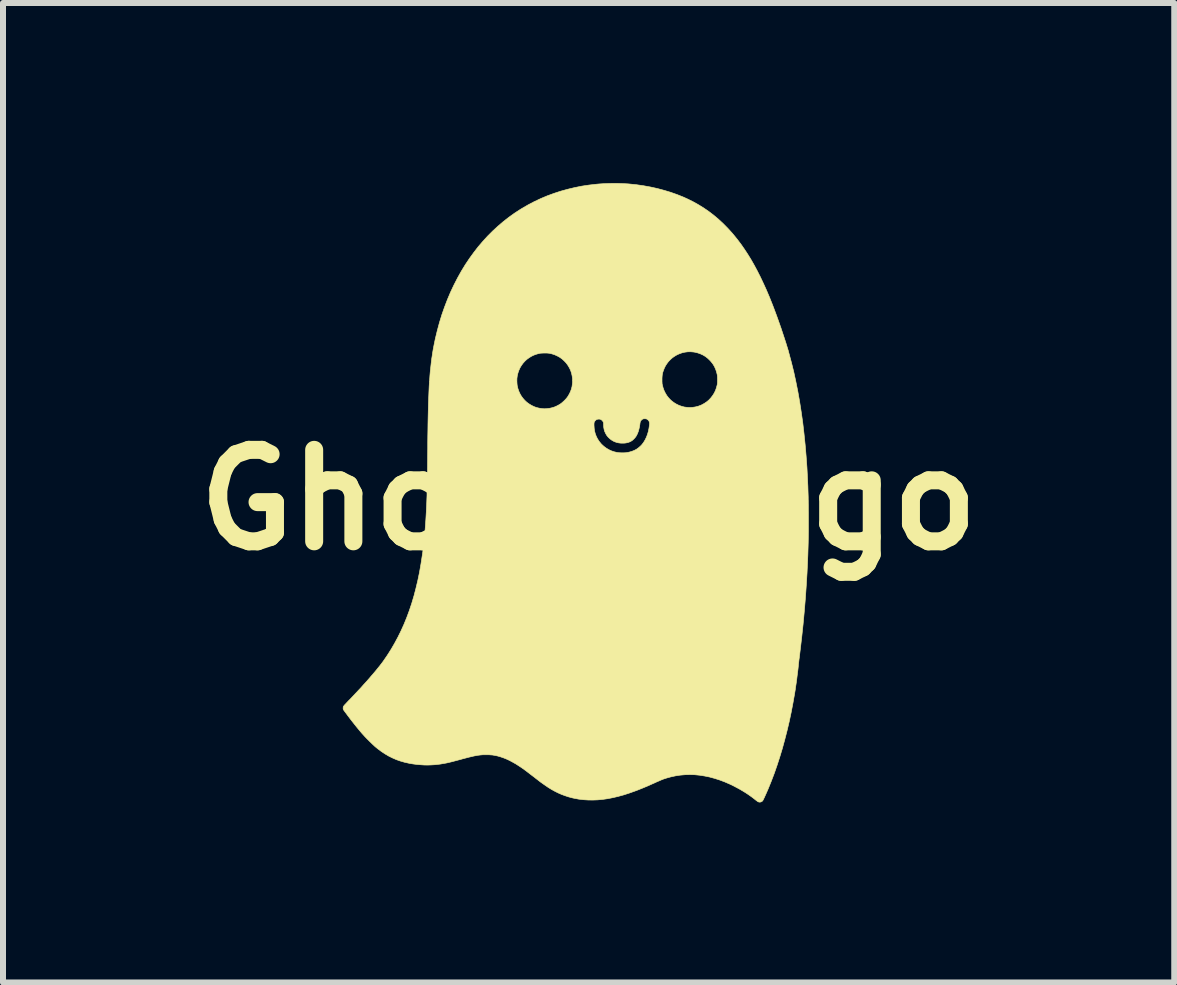
<source format=kicad_pcb>
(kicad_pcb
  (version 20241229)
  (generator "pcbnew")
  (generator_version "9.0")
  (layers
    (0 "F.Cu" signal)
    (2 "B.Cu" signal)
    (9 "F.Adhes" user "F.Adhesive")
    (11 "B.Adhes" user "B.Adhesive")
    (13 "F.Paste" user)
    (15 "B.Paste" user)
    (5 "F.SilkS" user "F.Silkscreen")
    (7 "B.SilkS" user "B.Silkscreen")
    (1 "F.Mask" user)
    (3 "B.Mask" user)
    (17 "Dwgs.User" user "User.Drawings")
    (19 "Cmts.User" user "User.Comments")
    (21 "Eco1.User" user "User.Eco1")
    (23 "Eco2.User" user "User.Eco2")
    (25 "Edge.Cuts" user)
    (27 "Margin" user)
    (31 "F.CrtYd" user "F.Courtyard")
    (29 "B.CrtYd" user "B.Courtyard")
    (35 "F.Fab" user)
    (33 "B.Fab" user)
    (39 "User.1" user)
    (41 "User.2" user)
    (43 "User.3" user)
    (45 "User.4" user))
  (footprint "Ghost Logo"
    (layer "F.Cu")
    (at 6.756 5.279)
    (property "Reference" "Ghost Logo" (at 0 0 0) (layer "F.SilkS") (effects (font (size 1.524 1.524) (thickness 0.3))))
    (attr through_hole)
    (fp_poly (pts (xy 0.496 -5.273) (xy 0.576 -5.27) (xy 0.654 -5.266) (xy 0.677 -5.264) (xy 0.795 -5.252) (xy 0.913 -5.235) (xy 1.029 -5.214) (xy 1.143 -5.189) (xy 1.255 -5.159) (xy 1.365 -5.126) (xy 1.473 -5.088) (xy 1.578 -5.046) (xy 1.642 -5.017) (xy 1.734 -4.972) (xy 1.824 -4.922) (xy 1.912 -4.868) (xy 1.997 -4.81) (xy 2.08 -4.747) (xy 2.161 -4.679) (xy 2.239 -4.607) (xy 2.315 -4.53) (xy 2.389 -4.449) (xy 2.424 -4.407) (xy 2.483 -4.334) (xy 2.541 -4.257) (xy 2.597 -4.176) (xy 2.653 -4.091) (xy 2.707 -4.003) (xy 2.76 -3.91) (xy 2.812 -3.813) (xy 2.863 -3.712) (xy 2.913 -3.606) (xy 2.963 -3.496) (xy 3.012 -3.381) (xy 3.06 -3.261) (xy 3.085 -3.196) (xy 3.109 -3.132) (xy 3.134 -3.065) (xy 3.158 -2.998) (xy 3.182 -2.93) (xy 3.206 -2.862) (xy 3.228 -2.795) (xy 3.25 -2.729) (xy 3.271 -2.665) (xy 3.291 -2.603) (xy 3.309 -2.544) (xy 3.326 -2.489) (xy 3.338 -2.443) (xy 3.379 -2.29) (xy 3.418 -2.133) (xy 3.453 -1.971) (xy 3.486 -1.806) (xy 3.516 -1.636) (xy 3.543 -1.462) (xy 3.568 -1.285) (xy 3.589 -1.103) (xy 3.608 -0.918) (xy 3.624 -0.729) (xy 3.638 -0.537) (xy 3.648 -0.341) (xy 3.651 -0.271) (xy 3.653 -0.232) (xy 3.654 -0.197) (xy 3.655 -0.164) (xy 3.656 -0.133) (xy 3.657 -0.103) (xy 3.658 -0.074) (xy 3.659 -0.044) (xy 3.659 -0.014) (xy 3.66 0.017) (xy 3.66 0.05) (xy 3.661 0.085) (xy 3.661 0.124) (xy 3.661 0.166) (xy 3.662 0.212) (xy 3.662 0.236) (xy 3.662 0.313) (xy 3.662 0.385) (xy 3.662 0.454) (xy 3.662 0.52) (xy 3.661 0.585) (xy 3.66 0.649) (xy 3.659 0.712) (xy 3.657 0.776) (xy 3.655 0.842) (xy 3.653 0.911) (xy 3.65 0.982) (xy 3.649 1.013) (xy 3.639 1.222) (xy 3.626 1.433) (xy 3.611 1.647) (xy 3.593 1.862) (xy 3.573 2.077) (xy 3.55 2.292) (xy 3.525 2.505) (xy 3.513 2.604) (xy 3.51 2.63) (xy 3.506 2.656) (xy 3.503 2.683) (xy 3.5 2.709) (xy 3.497 2.733) (xy 3.495 2.754) (xy 3.494 2.767) (xy 3.489 2.816) (xy 3.482 2.87) (xy 3.475 2.926) (xy 3.468 2.984) (xy 3.46 3.044) (xy 3.451 3.103) (xy 3.443 3.161) (xy 3.434 3.216) (xy 3.433 3.223) (xy 3.405 3.382) (xy 3.375 3.539) (xy 3.342 3.694) (xy 3.306 3.846) (xy 3.268 3.994) (xy 3.228 4.14) (xy 3.185 4.282) (xy 3.14 4.421) (xy 3.093 4.556) (xy 3.043 4.687) (xy 2.992 4.813) (xy 2.96 4.886) (xy 2.947 4.915) (xy 2.936 4.939) (xy 2.927 4.96) (xy 2.918 4.977) (xy 2.912 4.991) (xy 2.906 5.002) (xy 2.901 5.01) (xy 2.896 5.016) (xy 2.892 5.02) (xy 2.892 5.02) (xy 2.877 5.029) (xy 2.86 5.034) (xy 2.843 5.034) (xy 2.827 5.03) (xy 2.825 5.029) (xy 2.819 5.026) (xy 2.81 5.019) (xy 2.8 5.012) (xy 2.793 5.007) (xy 2.753 4.975) (xy 2.709 4.942) (xy 2.661 4.908) (xy 2.611 4.875) (xy 2.558 4.843) (xy 2.505 4.812) (xy 2.45 4.783) (xy 2.397 4.755) (xy 2.354 4.735) (xy 2.269 4.698) (xy 2.184 4.666) (xy 2.099 4.639) (xy 2.015 4.616) (xy 1.931 4.599) (xy 1.848 4.586) (xy 1.766 4.578) (xy 1.685 4.576) (xy 1.605 4.578) (xy 1.525 4.585) (xy 1.447 4.597) (xy 1.37 4.614) (xy 1.322 4.627) (xy 1.3 4.633) (xy 1.28 4.64) (xy 1.26 4.646) (xy 1.24 4.653) (xy 1.22 4.661) (xy 1.198 4.67) (xy 1.174 4.681) (xy 1.147 4.692) (xy 1.116 4.706) (xy 1.104 4.712) (xy 1.047 4.737) (xy 0.994 4.761) (xy 0.944 4.782) (xy 0.896 4.802) (xy 0.851 4.82) (xy 0.806 4.838) (xy 0.773 4.85) (xy 0.678 4.884) (xy 0.585 4.914) (xy 0.494 4.939) (xy 0.405 4.96) (xy 0.319 4.977) (xy 0.234 4.989) (xy 0.151 4.997) (xy 0.07 5) (xy -0.009 4.999) (xy -0.087 4.994) (xy -0.163 4.985) (xy -0.238 4.971) (xy -0.278 4.962) (xy -0.337 4.946) (xy -0.394 4.927) (xy -0.451 4.906) (xy -0.506 4.882) (xy -0.562 4.854) (xy -0.618 4.823) (xy -0.675 4.788) (xy -0.733 4.748) (xy -0.774 4.719) (xy -0.784 4.712) (xy -0.798 4.702) (xy -0.814 4.69) (xy -0.832 4.676) (xy -0.851 4.661) (xy -0.871 4.646) (xy -0.891 4.63) (xy -0.893 4.628) (xy -0.914 4.612) (xy -0.937 4.595) (xy -0.96 4.577) (xy -0.983 4.56) (xy -1.004 4.543) (xy -1.023 4.529) (xy -1.037 4.518) (xy -1.097 4.474) (xy -1.155 4.435) (xy -1.211 4.399) (xy -1.266 4.368) (xy -1.318 4.34) (xy -1.37 4.316) (xy -1.42 4.296) (xy -1.47 4.279) (xy -1.52 4.265) (xy -1.569 4.255) (xy -1.587 4.252) (xy -1.605 4.249) (xy -1.627 4.248) (xy -1.651 4.246) (xy -1.676 4.245) (xy -1.703 4.245) (xy -1.728 4.245) (xy -1.751 4.245) (xy -1.771 4.246) (xy -1.78 4.247) (xy -1.803 4.249) (xy -1.826 4.252) (xy -1.85 4.255) (xy -1.874 4.26) (xy -1.899 4.264) (xy -1.926 4.27) (xy -1.955 4.277) (xy -1.986 4.284) (xy -2.021 4.293) (xy -2.059 4.303) (xy -2.101 4.314) (xy -2.136 4.324) (xy -2.189 4.338) (xy -2.238 4.351) (xy -2.284 4.363) (xy -2.326 4.373) (xy -2.365 4.382) (xy -2.402 4.389) (xy -2.438 4.395) (xy -2.472 4.401) (xy -2.506 4.405) (xy -2.54 4.409) (xy -2.574 4.412) (xy -2.609 4.414) (xy -2.623 4.415) (xy -2.679 4.417) (xy -2.738 4.416) (xy -2.798 4.412) (xy -2.86 4.407) (xy -2.92 4.399) (xy -2.978 4.39) (xy -2.996 4.386) (xy -3.067 4.37) (xy -3.136 4.35) (xy -3.202 4.327) (xy -3.266 4.299) (xy -3.329 4.268) (xy -3.39 4.232) (xy -3.451 4.192) (xy -3.511 4.147) (xy -3.558 4.109) (xy -3.567 4.1) (xy -3.579 4.089) (xy -3.594 4.075) (xy -3.61 4.06) (xy -3.627 4.043) (xy -3.645 4.026) (xy -3.661 4.01) (xy -3.694 3.977) (xy -3.724 3.946) (xy -3.752 3.915) (xy -3.78 3.884) (xy -3.808 3.851) (xy -3.838 3.815) (xy -3.851 3.799) (xy -3.867 3.78) (xy -3.883 3.759) (xy -3.901 3.737) (xy -3.919 3.714) (xy -3.938 3.69) (xy -3.957 3.666) (xy -3.975 3.642) (xy -3.993 3.618) (xy -4.01 3.596) (xy -4.026 3.574) (xy -4.041 3.554) (xy -4.054 3.537) (xy -4.066 3.521) (xy -4.075 3.508) (xy -4.082 3.498) (xy -4.086 3.492) (xy -4.086 3.49) (xy -4.089 3.479) (xy -4.089 3.466) (xy -4.088 3.453) (xy -4.087 3.446) (xy -4.086 3.443) (xy -4.084 3.439) (xy -4.081 3.435) (xy -4.077 3.43) (xy -4.071 3.423) (xy -4.064 3.414) (xy -4.054 3.404) (xy -4.042 3.391) (xy -4.027 3.375) (xy -4.01 3.357) (xy -3.989 3.335) (xy -3.984 3.331) (xy -3.935 3.279) (xy -3.886 3.227) (xy -3.838 3.176) (xy -3.79 3.125) (xy -3.745 3.074) (xy -3.7 3.025) (xy -3.657 2.976) (xy -3.617 2.929) (xy -3.578 2.884) (xy -3.542 2.841) (xy -3.509 2.8) (xy -3.478 2.762) (xy -3.451 2.727) (xy -3.427 2.695) (xy -3.422 2.688) (xy -3.356 2.592) (xy -3.293 2.493) (xy -3.234 2.392) (xy -3.178 2.288) (xy -3.125 2.181) (xy -3.075 2.07) (xy -3.029 1.957) (xy -2.986 1.841) (xy -2.946 1.721) (xy -2.909 1.597) (xy -2.876 1.47) (xy -2.845 1.34) (xy -2.817 1.205) (xy -2.793 1.067) (xy -2.771 0.924) (xy -2.762 0.864) (xy -2.75 0.762) (xy -2.739 0.658) (xy -2.728 0.55) (xy -2.719 0.438) (xy -2.711 0.322) (xy -2.704 0.202) (xy -2.698 0.078) (xy -2.693 -0.051) (xy -2.692 -0.08) (xy -2.692 -0.108) (xy -2.691 -0.136) (xy -2.69 -0.164) (xy -2.689 -0.193) (xy -2.689 -0.222) (xy -2.688 -0.252) (xy -2.687 -0.284) (xy -2.687 -0.317) (xy -2.686 -0.352) (xy -2.686 -0.389) (xy -2.685 -0.428) (xy -2.684 -0.469) (xy -2.684 -0.514) (xy -2.683 -0.562) (xy -2.683 -0.613) (xy -2.682 -0.667) (xy -2.682 -0.726) (xy -2.681 -0.789) (xy -2.68 -0.856) (xy -2.68 -0.928) (xy -2.68 -0.954) (xy -2.679 -1.06) (xy -2.677 -1.162) (xy -2.676 -1.256) (xy 0.09 -1.256) (xy 0.09 -1.243) (xy 0.093 -1.194) (xy 0.1 -1.147) (xy 0.112 -1.101) (xy 0.129 -1.057) (xy 0.15 -1.016) (xy 0.176 -0.976) (xy 0.206 -0.939) (xy 0.218 -0.926) (xy 0.254 -0.893) (xy 0.293 -0.864) (xy 0.334 -0.839) (xy 0.377 -0.819) (xy 0.423 -0.803) (xy 0.47 -0.792) (xy 0.491 -0.789) (xy 0.506 -0.787) (xy 0.524 -0.786) (xy 0.545 -0.785) (xy 0.566 -0.785) (xy 0.587 -0.785) (xy 0.606 -0.786) (xy 0.622 -0.787) (xy 0.627 -0.788) (xy 0.673 -0.796) (xy 0.717 -0.808) (xy 0.758 -0.824) (xy 0.797 -0.844) (xy 0.832 -0.869) (xy 0.864 -0.897) (xy 0.889 -0.923) (xy 0.917 -0.96) (xy 0.941 -1) (xy 0.962 -1.043) (xy 0.98 -1.089) (xy 0.995 -1.14) (xy 1.006 -1.194) (xy 1.012 -1.236) (xy 1.014 -1.25) (xy 1.015 -1.263) (xy 1.015 -1.275) (xy 1.015 -1.283) (xy 1.015 -1.283) (xy 1.011 -1.301) (xy 1.003 -1.318) (xy 0.99 -1.333) (xy 0.974 -1.344) (xy 0.972 -1.346) (xy 0.965 -1.349) (xy 0.958 -1.351) (xy 0.95 -1.352) (xy 0.939 -1.352) (xy 0.936 -1.353) (xy 0.919 -1.352) (xy 0.906 -1.349) (xy 0.894 -1.343) (xy 0.883 -1.333) (xy 0.881 -1.331) (xy 0.872 -1.322) (xy 0.866 -1.313) (xy 0.861 -1.301) (xy 0.858 -1.287) (xy 0.855 -1.269) (xy 0.855 -1.265) (xy 0.848 -1.219) (xy 0.838 -1.176) (xy 0.826 -1.135) (xy 0.811 -1.098) (xy 0.794 -1.065) (xy 0.784 -1.051) (xy 0.773 -1.036) (xy 0.759 -1.021) (xy 0.744 -1.006) (xy 0.728 -0.992) (xy 0.713 -0.982) (xy 0.689 -0.969) (xy 0.663 -0.959) (xy 0.635 -0.952) (xy 0.605 -0.947) (xy 0.577 -0.946) (xy 0.539 -0.946) (xy 0.504 -0.95) (xy 0.471 -0.957) (xy 0.439 -0.968) (xy 0.422 -0.975) (xy 0.387 -0.995) (xy 0.356 -1.018) (xy 0.328 -1.044) (xy 0.304 -1.073) (xy 0.285 -1.105) (xy 0.269 -1.139) (xy 0.258 -1.176) (xy 0.251 -1.216) (xy 0.249 -1.258) (xy 0.249 -1.26) (xy 0.249 -1.272) (xy 0.248 -1.281) (xy 0.247 -1.289) (xy 0.245 -1.295) (xy 0.242 -1.302) (xy 0.231 -1.318) (xy 0.218 -1.331) (xy 0.203 -1.34) (xy 0.187 -1.346) (xy 0.169 -1.347) (xy 0.152 -1.345) (xy 0.135 -1.34) (xy 0.12 -1.33) (xy 0.107 -1.317) (xy 0.097 -1.301) (xy 0.097 -1.301) (xy 0.094 -1.295) (xy 0.093 -1.29) (xy 0.091 -1.285) (xy 0.091 -1.278) (xy 0.09 -1.269) (xy 0.09 -1.256) (xy -2.676 -1.256) (xy -2.676 -1.26) (xy -2.674 -1.352) (xy -2.672 -1.441) (xy -2.67 -1.525) (xy -2.668 -1.606) (xy -2.665 -1.683) (xy -2.662 -1.756) (xy -2.659 -1.827) (xy -2.656 -1.894) (xy -2.652 -1.959) (xy -2.65 -1.977) (xy -1.195 -1.977) (xy -1.192 -1.929) (xy -1.189 -1.904) (xy -1.178 -1.857) (xy -1.163 -1.813) (xy -1.144 -1.771) (xy -1.121 -1.731) (xy -1.094 -1.694) (xy -1.063 -1.659) (xy -1.03 -1.628) (xy -0.993 -1.601) (xy -0.954 -1.577) (xy -0.912 -1.556) (xy -0.869 -1.54) (xy -0.823 -1.529) (xy -0.776 -1.522) (xy -0.776 -1.522) (xy -0.754 -1.52) (xy -0.735 -1.519) (xy -0.715 -1.52) (xy -0.693 -1.521) (xy -0.691 -1.522) (xy -0.649 -1.527) (xy -0.609 -1.536) (xy -0.57 -1.548) (xy -0.531 -1.565) (xy -0.522 -1.57) (xy -0.497 -1.583) (xy -0.475 -1.596) (xy -0.455 -1.61) (xy -0.435 -1.627) (xy -0.414 -1.646) (xy -0.402 -1.657) (xy -0.387 -1.673) (xy -0.374 -1.687) (xy -0.363 -1.7) (xy -0.353 -1.714) (xy -0.346 -1.723) (xy -0.322 -1.764) (xy -0.302 -1.805) (xy -0.287 -1.846) (xy -0.276 -1.889) (xy -0.27 -1.935) (xy -0.267 -1.967) (xy -0.268 -2.004) (xy 1.223 -2.004) (xy 1.223 -1.984) (xy 1.223 -1.968) (xy 1.224 -1.955) (xy 1.224 -1.944) (xy 1.225 -1.935) (xy 1.227 -1.925) (xy 1.229 -1.916) (xy 1.241 -1.869) (xy 1.257 -1.824) (xy 1.278 -1.781) (xy 1.302 -1.741) (xy 1.331 -1.703) (xy 1.363 -1.669) (xy 1.382 -1.652) (xy 1.421 -1.622) (xy 1.462 -1.597) (xy 1.505 -1.576) (xy 1.55 -1.56) (xy 1.596 -1.548) (xy 1.644 -1.542) (xy 1.692 -1.54) (xy 1.728 -1.542) (xy 1.776 -1.549) (xy 1.822 -1.56) (xy 1.866 -1.576) (xy 1.888 -1.586) (xy 1.931 -1.61) (xy 1.971 -1.637) (xy 2.007 -1.668) (xy 2.039 -1.703) (xy 2.068 -1.741) (xy 2.093 -1.781) (xy 2.114 -1.824) (xy 2.13 -1.87) (xy 2.142 -1.916) (xy 2.144 -1.926) (xy 2.145 -1.935) (xy 2.146 -1.945) (xy 2.147 -1.955) (xy 2.147 -1.968) (xy 2.147 -1.984) (xy 2.148 -2.004) (xy 2.147 -2.026) (xy 2.147 -2.044) (xy 2.146 -2.058) (xy 2.145 -2.07) (xy 2.144 -2.08) (xy 2.143 -2.087) (xy 2.131 -2.135) (xy 2.115 -2.181) (xy 2.095 -2.225) (xy 2.07 -2.266) (xy 2.04 -2.304) (xy 2.022 -2.324) (xy 1.987 -2.358) (xy 1.949 -2.388) (xy 1.908 -2.413) (xy 1.865 -2.433) (xy 1.82 -2.449) (xy 1.772 -2.461) (xy 1.745 -2.465) (xy 1.698 -2.469) (xy 1.651 -2.468) (xy 1.605 -2.462) (xy 1.56 -2.452) (xy 1.517 -2.437) (xy 1.475 -2.419) (xy 1.436 -2.396) (xy 1.398 -2.37) (xy 1.364 -2.34) (xy 1.332 -2.307) (xy 1.304 -2.27) (xy 1.279 -2.231) (xy 1.259 -2.189) (xy 1.243 -2.146) (xy 1.236 -2.126) (xy 1.232 -2.107) (xy 1.228 -2.089) (xy 1.226 -2.071) (xy 1.224 -2.05) (xy 1.223 -2.027) (xy 1.223 -2.004) (xy -0.268 -2.004) (xy -0.268 -2.017) (xy -0.274 -2.065) (xy -0.284 -2.111) (xy -0.299 -2.156) (xy -0.319 -2.199) (xy -0.344 -2.241) (xy -0.344 -2.241) (xy -0.373 -2.281) (xy -0.406 -2.316) (xy -0.441 -2.348) (xy -0.48 -2.376) (xy -0.522 -2.399) (xy -0.566 -2.419) (xy -0.613 -2.434) (xy -0.64 -2.44) (xy -0.651 -2.443) (xy -0.661 -2.444) (xy -0.67 -2.445) (xy -0.68 -2.446) (xy -0.692 -2.447) (xy -0.706 -2.447) (xy -0.724 -2.447) (xy -0.729 -2.447) (xy -0.754 -2.447) (xy -0.775 -2.446) (xy -0.794 -2.445) (xy -0.811 -2.443) (xy -0.828 -2.439) (xy -0.845 -2.435) (xy -0.865 -2.429) (xy -0.866 -2.429) (xy -0.911 -2.413) (xy -0.953 -2.393) (xy -0.993 -2.368) (xy -1.03 -2.341) (xy -1.063 -2.31) (xy -1.094 -2.275) (xy -1.12 -2.239) (xy -1.143 -2.2) (xy -1.162 -2.158) (xy -1.177 -2.115) (xy -1.188 -2.07) (xy -1.194 -2.024) (xy -1.195 -1.977) (xy -2.65 -1.977) (xy -2.647 -2.021) (xy -2.643 -2.08) (xy -2.638 -2.138) (xy -2.632 -2.193) (xy -2.626 -2.247) (xy -2.62 -2.3) (xy -2.614 -2.35) (xy -2.606 -2.4) (xy -2.599 -2.449) (xy -2.591 -2.497) (xy -2.582 -2.545) (xy -2.573 -2.592) (xy -2.563 -2.64) (xy -2.554 -2.684) (xy -2.521 -2.82) (xy -2.485 -2.954) (xy -2.445 -3.085) (xy -2.4 -3.213) (xy -2.352 -3.338) (xy -2.3 -3.461) (xy -2.244 -3.58) (xy -2.184 -3.697) (xy -2.121 -3.81) (xy -2.054 -3.92) (xy -1.983 -4.026) (xy -1.914 -4.121) (xy -1.84 -4.217) (xy -1.762 -4.308) (xy -1.681 -4.397) (xy -1.597 -4.481) (xy -1.51 -4.561) (xy -1.42 -4.638) (xy -1.328 -4.71) (xy -1.233 -4.778) (xy -1.136 -4.841) (xy -1.111 -4.856) (xy -1.01 -4.915) (xy -0.905 -4.97) (xy -0.799 -5.02) (xy -0.69 -5.066) (xy -0.578 -5.107) (xy -0.465 -5.144) (xy -0.349 -5.176) (xy -0.232 -5.204) (xy -0.113 -5.228) (xy 0.007 -5.246) (xy 0.129 -5.26) (xy 0.173 -5.264) (xy 0.251 -5.269) (xy 0.331 -5.272) (xy 0.414 -5.274) (xy 0.496 -5.273)) (stroke (width 0.01) (type solid)) (fill yes) (layer "F.SilkS")))
  (gr_rect
    (start -3 -3)
    (end 16.513 13.318)
    (stroke (width 0.1) (type default))
    (fill no)
    (layer "Edge.Cuts")))
</source>
